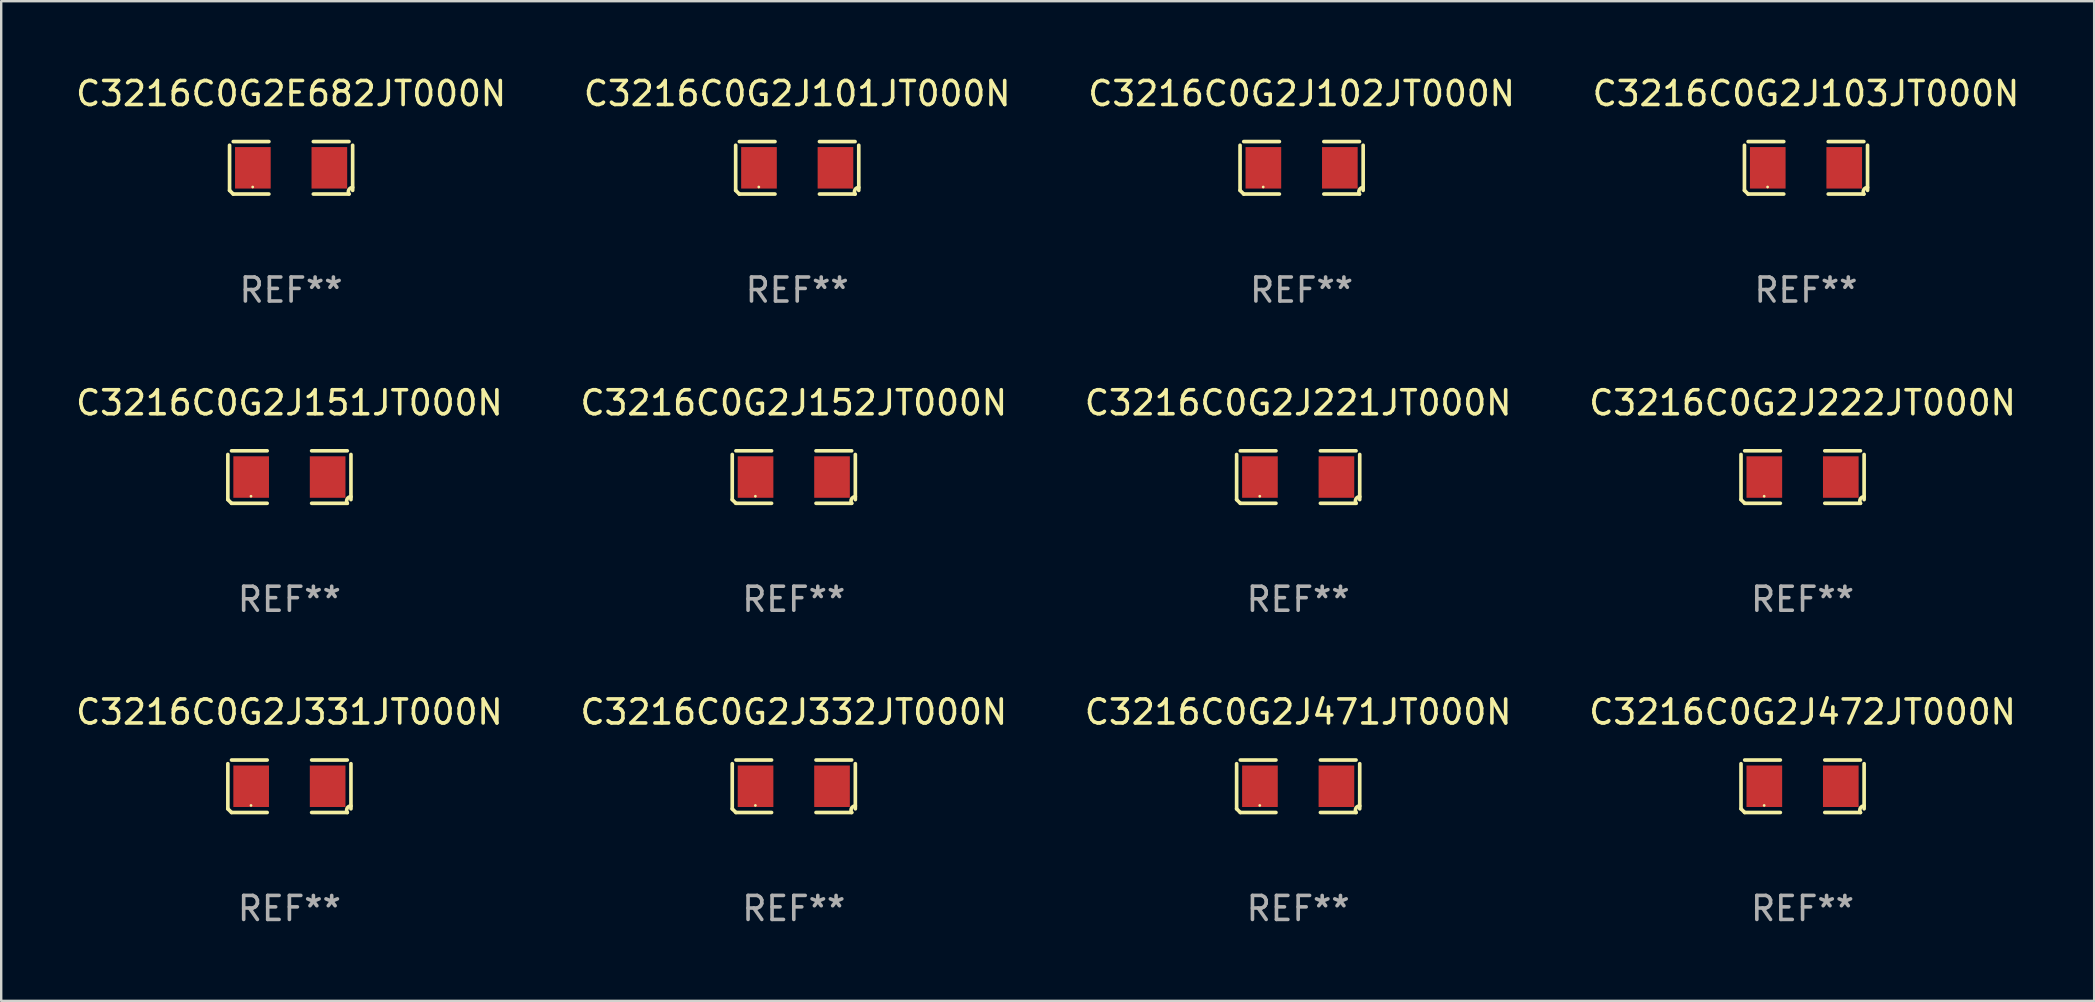
<source format=kicad_pcb>
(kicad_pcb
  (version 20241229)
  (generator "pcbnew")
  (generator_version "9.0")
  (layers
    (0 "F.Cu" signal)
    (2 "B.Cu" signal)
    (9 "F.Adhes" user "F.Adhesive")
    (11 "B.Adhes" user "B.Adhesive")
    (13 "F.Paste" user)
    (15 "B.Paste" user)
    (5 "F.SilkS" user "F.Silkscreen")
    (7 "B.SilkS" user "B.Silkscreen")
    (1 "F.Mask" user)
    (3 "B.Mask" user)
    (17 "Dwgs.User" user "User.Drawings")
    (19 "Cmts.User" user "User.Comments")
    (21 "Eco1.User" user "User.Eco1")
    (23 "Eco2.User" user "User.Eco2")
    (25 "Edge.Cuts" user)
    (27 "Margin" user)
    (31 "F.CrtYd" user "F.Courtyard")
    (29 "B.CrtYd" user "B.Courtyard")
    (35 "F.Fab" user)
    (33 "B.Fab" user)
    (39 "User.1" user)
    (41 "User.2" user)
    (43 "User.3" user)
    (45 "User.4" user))
  (footprint "C3216C0G2J472JT000N"
    (layer "F.Cu")
    (at 72.042 29.704)
    (property "Reference" "C3216C0G2J472JT000N" (at 0 -3.093 0) (layer "F.SilkS") (effects (font (size 1 1) (thickness 0.15))))
    (attr through_hole)
    (fp_line (start -2.564 0.94) (end -2.564 -0.94) (stroke (width 0.152) (type solid)) (layer "F.SilkS"))
    (fp_line (start -2.411 -1.093) (end -0.926 -1.093) (stroke (width 0.152) (type solid)) (layer "F.SilkS"))
    (fp_line (start -0.926 1.093) (end -2.411 1.093) (stroke (width 0.152) (type solid)) (layer "F.SilkS"))
    (fp_line (start 0.926 1.093) (end 2.411 1.093) (stroke (width 0.152) (type solid)) (layer "F.SilkS"))
    (fp_line (start 2.411 -1.093) (end 0.926 -1.093) (stroke (width 0.152) (type solid)) (layer "F.SilkS"))
    (fp_line (start 2.564 0.94) (end 2.564 -0.94) (stroke (width 0.152) (type solid)) (layer "F.SilkS"))
    (fp_arc (start -2.411201 1.092609) (mid -2.487413 1.01642) (end -2.563602 0.940208) (stroke (width 0.1524) (type solid)) (layer "F.SilkS"))
    (fp_arc (start 2.411201 1.092609) (mid 2.407159 0.911226) (end 2.563602 0.819347) (stroke (width 0.1524) (type solid)) (layer "F.SilkS"))
    (fp_circle (center -1.6 0.8) (end -1.57 0.8) (stroke (width 0.06) (type solid)) (fill no) (layer "F.SilkS"))
    (fp_text user "REF**" (at 0 5.093 0) (layer "F.Fab") (effects (font (size 1 1) (thickness 0.15))))
    (pad "1" smd rect (at -1.593 0) (size 1.485 1.728) (layers "F.Cu" "F.Mask" "F.Paste"))
    (pad "2" smd rect (at 1.593 0) (size 1.485 1.728) (layers "F.Cu" "F.Mask" "F.Paste")))
  (footprint "C3216C0G2J331JT000N"
    (layer "F.Cu")
    (at 9.006 29.704)
    (property "Reference" "C3216C0G2J331JT000N" (at 0 -3.093 0) (layer "F.SilkS") (effects (font (size 1 1) (thickness 0.15))))
    (attr through_hole)
    (fp_line (start -2.564 0.94) (end -2.564 -0.94) (stroke (width 0.152) (type solid)) (layer "F.SilkS"))
    (fp_line (start -2.411 -1.093) (end -0.926 -1.093) (stroke (width 0.152) (type solid)) (layer "F.SilkS"))
    (fp_line (start -0.926 1.093) (end -2.411 1.093) (stroke (width 0.152) (type solid)) (layer "F.SilkS"))
    (fp_line (start 0.926 1.093) (end 2.411 1.093) (stroke (width 0.152) (type solid)) (layer "F.SilkS"))
    (fp_line (start 2.411 -1.093) (end 0.926 -1.093) (stroke (width 0.152) (type solid)) (layer "F.SilkS"))
    (fp_line (start 2.564 0.94) (end 2.564 -0.94) (stroke (width 0.152) (type solid)) (layer "F.SilkS"))
    (fp_arc (start -2.411201 1.092609) (mid -2.487413 1.01642) (end -2.563602 0.940208) (stroke (width 0.1524) (type solid)) (layer "F.SilkS"))
    (fp_arc (start 2.411201 1.092609) (mid 2.407159 0.911226) (end 2.563602 0.819347) (stroke (width 0.1524) (type solid)) (layer "F.SilkS"))
    (fp_circle (center -1.6 0.8) (end -1.57 0.8) (stroke (width 0.06) (type solid)) (fill no) (layer "F.SilkS"))
    (fp_text user "REF**" (at 0 5.093 0) (layer "F.Fab") (effects (font (size 1 1) (thickness 0.15))))
    (pad "1" smd rect (at -1.593 0) (size 1.485 1.728) (layers "F.Cu" "F.Mask" "F.Paste"))
    (pad "2" smd rect (at 1.593 0) (size 1.485 1.728) (layers "F.Cu" "F.Mask" "F.Paste")))
  (footprint "C3216C0G2J221JT000N"
    (layer "F.Cu")
    (at 51.03 16.823)
    (property "Reference" "C3216C0G2J221JT000N" (at 0 -3.093 0) (layer "F.SilkS") (effects (font (size 1 1) (thickness 0.15))))
    (attr through_hole)
    (fp_line (start -2.564 0.94) (end -2.564 -0.94) (stroke (width 0.152) (type solid)) (layer "F.SilkS"))
    (fp_line (start -2.411 -1.093) (end -0.926 -1.093) (stroke (width 0.152) (type solid)) (layer "F.SilkS"))
    (fp_line (start -0.926 1.093) (end -2.411 1.093) (stroke (width 0.152) (type solid)) (layer "F.SilkS"))
    (fp_line (start 0.926 1.093) (end 2.411 1.093) (stroke (width 0.152) (type solid)) (layer "F.SilkS"))
    (fp_line (start 2.411 -1.093) (end 0.926 -1.093) (stroke (width 0.152) (type solid)) (layer "F.SilkS"))
    (fp_line (start 2.564 0.94) (end 2.564 -0.94) (stroke (width 0.152) (type solid)) (layer "F.SilkS"))
    (fp_arc (start -2.411201 1.092609) (mid -2.487413 1.01642) (end -2.563602 0.940208) (stroke (width 0.1524) (type solid)) (layer "F.SilkS"))
    (fp_arc (start 2.411201 1.092609) (mid 2.407159 0.911226) (end 2.563602 0.819347) (stroke (width 0.1524) (type solid)) (layer "F.SilkS"))
    (fp_circle (center -1.6 0.8) (end -1.57 0.8) (stroke (width 0.06) (type solid)) (fill no) (layer "F.SilkS"))
    (fp_text user "REF**" (at 0 5.093 0) (layer "F.Fab") (effects (font (size 1 1) (thickness 0.15))))
    (pad "1" smd rect (at -1.593 0) (size 1.485 1.728) (layers "F.Cu" "F.Mask" "F.Paste"))
    (pad "2" smd rect (at 1.593 0) (size 1.485 1.728) (layers "F.Cu" "F.Mask" "F.Paste")))
  (footprint "C3216C0G2J332JT000N"
    (layer "F.Cu")
    (at 30.018 29.704)
    (property "Reference" "C3216C0G2J332JT000N" (at 0 -3.093 0) (layer "F.SilkS") (effects (font (size 1 1) (thickness 0.15))))
    (attr through_hole)
    (fp_line (start -2.564 0.94) (end -2.564 -0.94) (stroke (width 0.152) (type solid)) (layer "F.SilkS"))
    (fp_line (start -2.411 -1.093) (end -0.926 -1.093) (stroke (width 0.152) (type solid)) (layer "F.SilkS"))
    (fp_line (start -0.926 1.093) (end -2.411 1.093) (stroke (width 0.152) (type solid)) (layer "F.SilkS"))
    (fp_line (start 0.926 1.093) (end 2.411 1.093) (stroke (width 0.152) (type solid)) (layer "F.SilkS"))
    (fp_line (start 2.411 -1.093) (end 0.926 -1.093) (stroke (width 0.152) (type solid)) (layer "F.SilkS"))
    (fp_line (start 2.564 0.94) (end 2.564 -0.94) (stroke (width 0.152) (type solid)) (layer "F.SilkS"))
    (fp_arc (start -2.411201 1.092609) (mid -2.487413 1.01642) (end -2.563602 0.940208) (stroke (width 0.1524) (type solid)) (layer "F.SilkS"))
    (fp_arc (start 2.411201 1.092609) (mid 2.407159 0.911226) (end 2.563602 0.819347) (stroke (width 0.1524) (type solid)) (layer "F.SilkS"))
    (fp_circle (center -1.6 0.8) (end -1.57 0.8) (stroke (width 0.06) (type solid)) (fill no) (layer "F.SilkS"))
    (fp_text user "REF**" (at 0 5.093 0) (layer "F.Fab") (effects (font (size 1 1) (thickness 0.15))))
    (pad "1" smd rect (at -1.593 0) (size 1.485 1.728) (layers "F.Cu" "F.Mask" "F.Paste"))
    (pad "2" smd rect (at 1.593 0) (size 1.485 1.728) (layers "F.Cu" "F.Mask" "F.Paste")))
  (footprint "C3216C0G2J222JT000N"
    (layer "F.Cu")
    (at 72.042 16.823)
    (property "Reference" "C3216C0G2J222JT000N" (at 0 -3.093 0) (layer "F.SilkS") (effects (font (size 1 1) (thickness 0.15))))
    (attr through_hole)
    (fp_line (start -2.564 0.94) (end -2.564 -0.94) (stroke (width 0.152) (type solid)) (layer "F.SilkS"))
    (fp_line (start -2.411 -1.093) (end -0.926 -1.093) (stroke (width 0.152) (type solid)) (layer "F.SilkS"))
    (fp_line (start -0.926 1.093) (end -2.411 1.093) (stroke (width 0.152) (type solid)) (layer "F.SilkS"))
    (fp_line (start 0.926 1.093) (end 2.411 1.093) (stroke (width 0.152) (type solid)) (layer "F.SilkS"))
    (fp_line (start 2.411 -1.093) (end 0.926 -1.093) (stroke (width 0.152) (type solid)) (layer "F.SilkS"))
    (fp_line (start 2.564 0.94) (end 2.564 -0.94) (stroke (width 0.152) (type solid)) (layer "F.SilkS"))
    (fp_arc (start -2.411201 1.092609) (mid -2.487413 1.01642) (end -2.563602 0.940208) (stroke (width 0.1524) (type solid)) (layer "F.SilkS"))
    (fp_arc (start 2.411201 1.092609) (mid 2.407159 0.911226) (end 2.563602 0.819347) (stroke (width 0.1524) (type solid)) (layer "F.SilkS"))
    (fp_circle (center -1.6 0.8) (end -1.57 0.8) (stroke (width 0.06) (type solid)) (fill no) (layer "F.SilkS"))
    (fp_text user "REF**" (at 0 5.093 0) (layer "F.Fab") (effects (font (size 1 1) (thickness 0.15))))
    (pad "1" smd rect (at -1.593 0) (size 1.485 1.728) (layers "F.Cu" "F.Mask" "F.Paste"))
    (pad "2" smd rect (at 1.593 0) (size 1.485 1.728) (layers "F.Cu" "F.Mask" "F.Paste")))
  (footprint "C3216C0G2J103JT000N"
    (layer "F.Cu")
    (at 72.185 3.941)
    (property "Reference" "C3216C0G2J103JT000N" (at 0 -3.093 0) (layer "F.SilkS") (effects (font (size 1 1) (thickness 0.15))))
    (attr through_hole)
    (fp_line (start -2.564 0.94) (end -2.564 -0.94) (stroke (width 0.152) (type solid)) (layer "F.SilkS"))
    (fp_line (start -2.411 -1.093) (end -0.926 -1.093) (stroke (width 0.152) (type solid)) (layer "F.SilkS"))
    (fp_line (start -0.926 1.093) (end -2.411 1.093) (stroke (width 0.152) (type solid)) (layer "F.SilkS"))
    (fp_line (start 0.926 1.093) (end 2.411 1.093) (stroke (width 0.152) (type solid)) (layer "F.SilkS"))
    (fp_line (start 2.411 -1.093) (end 0.926 -1.093) (stroke (width 0.152) (type solid)) (layer "F.SilkS"))
    (fp_line (start 2.564 0.94) (end 2.564 -0.94) (stroke (width 0.152) (type solid)) (layer "F.SilkS"))
    (fp_arc (start -2.411201 1.092609) (mid -2.487413 1.01642) (end -2.563602 0.940208) (stroke (width 0.1524) (type solid)) (layer "F.SilkS"))
    (fp_arc (start 2.411201 1.092609) (mid 2.407159 0.911226) (end 2.563602 0.819347) (stroke (width 0.1524) (type solid)) (layer "F.SilkS"))
    (fp_circle (center -1.6 0.8) (end -1.57 0.8) (stroke (width 0.06) (type solid)) (fill no) (layer "F.SilkS"))
    (fp_text user "REF**" (at 0 5.093 0) (layer "F.Fab") (effects (font (size 1 1) (thickness 0.15))))
    (pad "1" smd rect (at -1.593 0) (size 1.485 1.728) (layers "F.Cu" "F.Mask" "F.Paste"))
    (pad "2" smd rect (at 1.593 0) (size 1.485 1.728) (layers "F.Cu" "F.Mask" "F.Paste")))
  (footprint "C3216C0G2J101JT000N"
    (layer "F.Cu")
    (at 30.161 3.941)
    (property "Reference" "C3216C0G2J101JT000N" (at 0 -3.093 0) (layer "F.SilkS") (effects (font (size 1 1) (thickness 0.15))))
    (attr through_hole)
    (fp_line (start -2.564 0.94) (end -2.564 -0.94) (stroke (width 0.152) (type solid)) (layer "F.SilkS"))
    (fp_line (start -2.411 -1.093) (end -0.926 -1.093) (stroke (width 0.152) (type solid)) (layer "F.SilkS"))
    (fp_line (start -0.926 1.093) (end -2.411 1.093) (stroke (width 0.152) (type solid)) (layer "F.SilkS"))
    (fp_line (start 0.926 1.093) (end 2.411 1.093) (stroke (width 0.152) (type solid)) (layer "F.SilkS"))
    (fp_line (start 2.411 -1.093) (end 0.926 -1.093) (stroke (width 0.152) (type solid)) (layer "F.SilkS"))
    (fp_line (start 2.564 0.94) (end 2.564 -0.94) (stroke (width 0.152) (type solid)) (layer "F.SilkS"))
    (fp_arc (start -2.411201 1.092609) (mid -2.487413 1.01642) (end -2.563602 0.940208) (stroke (width 0.1524) (type solid)) (layer "F.SilkS"))
    (fp_arc (start 2.411201 1.092609) (mid 2.407159 0.911226) (end 2.563602 0.819347) (stroke (width 0.1524) (type solid)) (layer "F.SilkS"))
    (fp_circle (center -1.6 0.8) (end -1.57 0.8) (stroke (width 0.06) (type solid)) (fill no) (layer "F.SilkS"))
    (fp_text user "REF**" (at 0 5.093 0) (layer "F.Fab") (effects (font (size 1 1) (thickness 0.15))))
    (pad "1" smd rect (at -1.593 0) (size 1.485 1.728) (layers "F.Cu" "F.Mask" "F.Paste"))
    (pad "2" smd rect (at 1.593 0) (size 1.485 1.728) (layers "F.Cu" "F.Mask" "F.Paste")))
  (footprint "C3216C0G2J102JT000N"
    (layer "F.Cu")
    (at 51.173 3.941)
    (property "Reference" "C3216C0G2J102JT000N" (at 0 -3.093 0) (layer "F.SilkS") (effects (font (size 1 1) (thickness 0.15))))
    (attr through_hole)
    (fp_line (start -2.564 0.94) (end -2.564 -0.94) (stroke (width 0.152) (type solid)) (layer "F.SilkS"))
    (fp_line (start -2.411 -1.093) (end -0.926 -1.093) (stroke (width 0.152) (type solid)) (layer "F.SilkS"))
    (fp_line (start -0.926 1.093) (end -2.411 1.093) (stroke (width 0.152) (type solid)) (layer "F.SilkS"))
    (fp_line (start 0.926 1.093) (end 2.411 1.093) (stroke (width 0.152) (type solid)) (layer "F.SilkS"))
    (fp_line (start 2.411 -1.093) (end 0.926 -1.093) (stroke (width 0.152) (type solid)) (layer "F.SilkS"))
    (fp_line (start 2.564 0.94) (end 2.564 -0.94) (stroke (width 0.152) (type solid)) (layer "F.SilkS"))
    (fp_arc (start -2.411201 1.092609) (mid -2.487413 1.01642) (end -2.563602 0.940208) (stroke (width 0.1524) (type solid)) (layer "F.SilkS"))
    (fp_arc (start 2.411201 1.092609) (mid 2.407159 0.911226) (end 2.563602 0.819347) (stroke (width 0.1524) (type solid)) (layer "F.SilkS"))
    (fp_circle (center -1.6 0.8) (end -1.57 0.8) (stroke (width 0.06) (type solid)) (fill no) (layer "F.SilkS"))
    (fp_text user "REF**" (at 0 5.093 0) (layer "F.Fab") (effects (font (size 1 1) (thickness 0.15))))
    (pad "1" smd rect (at -1.593 0) (size 1.485 1.728) (layers "F.Cu" "F.Mask" "F.Paste"))
    (pad "2" smd rect (at 1.593 0) (size 1.485 1.728) (layers "F.Cu" "F.Mask" "F.Paste")))
  (footprint "C3216C0G2J471JT000N"
    (layer "F.Cu")
    (at 51.03 29.704)
    (property "Reference" "C3216C0G2J471JT000N" (at 0 -3.093 0) (layer "F.SilkS") (effects (font (size 1 1) (thickness 0.15))))
    (attr through_hole)
    (fp_line (start -2.564 0.94) (end -2.564 -0.94) (stroke (width 0.152) (type solid)) (layer "F.SilkS"))
    (fp_line (start -2.411 -1.093) (end -0.926 -1.093) (stroke (width 0.152) (type solid)) (layer "F.SilkS"))
    (fp_line (start -0.926 1.093) (end -2.411 1.093) (stroke (width 0.152) (type solid)) (layer "F.SilkS"))
    (fp_line (start 0.926 1.093) (end 2.411 1.093) (stroke (width 0.152) (type solid)) (layer "F.SilkS"))
    (fp_line (start 2.411 -1.093) (end 0.926 -1.093) (stroke (width 0.152) (type solid)) (layer "F.SilkS"))
    (fp_line (start 2.564 0.94) (end 2.564 -0.94) (stroke (width 0.152) (type solid)) (layer "F.SilkS"))
    (fp_arc (start -2.411201 1.092609) (mid -2.487413 1.01642) (end -2.563602 0.940208) (stroke (width 0.1524) (type solid)) (layer "F.SilkS"))
    (fp_arc (start 2.411201 1.092609) (mid 2.407159 0.911226) (end 2.563602 0.819347) (stroke (width 0.1524) (type solid)) (layer "F.SilkS"))
    (fp_circle (center -1.6 0.8) (end -1.57 0.8) (stroke (width 0.06) (type solid)) (fill no) (layer "F.SilkS"))
    (fp_text user "REF**" (at 0 5.093 0) (layer "F.Fab") (effects (font (size 1 1) (thickness 0.15))))
    (pad "1" smd rect (at -1.593 0) (size 1.485 1.728) (layers "F.Cu" "F.Mask" "F.Paste"))
    (pad "2" smd rect (at 1.593 0) (size 1.485 1.728) (layers "F.Cu" "F.Mask" "F.Paste")))
  (footprint "C3216C0G2E682JT000N"
    (layer "F.Cu")
    (at 9.077 3.941)
    (property "Reference" "C3216C0G2E682JT000N" (at 0 -3.093 0) (layer "F.SilkS") (effects (font (size 1 1) (thickness 0.15))))
    (attr through_hole)
    (fp_line (start -2.564 0.94) (end -2.564 -0.94) (stroke (width 0.152) (type solid)) (layer "F.SilkS"))
    (fp_line (start -2.411 -1.093) (end -0.926 -1.093) (stroke (width 0.152) (type solid)) (layer "F.SilkS"))
    (fp_line (start -0.926 1.093) (end -2.411 1.093) (stroke (width 0.152) (type solid)) (layer "F.SilkS"))
    (fp_line (start 0.926 1.093) (end 2.411 1.093) (stroke (width 0.152) (type solid)) (layer "F.SilkS"))
    (fp_line (start 2.411 -1.093) (end 0.926 -1.093) (stroke (width 0.152) (type solid)) (layer "F.SilkS"))
    (fp_line (start 2.564 0.94) (end 2.564 -0.94) (stroke (width 0.152) (type solid)) (layer "F.SilkS"))
    (fp_arc (start -2.411201 1.092609) (mid -2.487413 1.01642) (end -2.563602 0.940208) (stroke (width 0.1524) (type solid)) (layer "F.SilkS"))
    (fp_arc (start 2.411201 1.092609) (mid 2.407159 0.911226) (end 2.563602 0.819347) (stroke (width 0.1524) (type solid)) (layer "F.SilkS"))
    (fp_circle (center -1.6 0.8) (end -1.57 0.8) (stroke (width 0.06) (type solid)) (fill no) (layer "F.SilkS"))
    (fp_text user "REF**" (at 0 5.093 0) (layer "F.Fab") (effects (font (size 1 1) (thickness 0.15))))
    (pad "1" smd rect (at -1.593 0) (size 1.485 1.728) (layers "F.Cu" "F.Mask" "F.Paste"))
    (pad "2" smd rect (at 1.593 0) (size 1.485 1.728) (layers "F.Cu" "F.Mask" "F.Paste")))
  (footprint "C3216C0G2J151JT000N"
    (layer "F.Cu")
    (at 9.006 16.823)
    (property "Reference" "C3216C0G2J151JT000N" (at 0 -3.093 0) (layer "F.SilkS") (effects (font (size 1 1) (thickness 0.15))))
    (attr through_hole)
    (fp_line (start -2.564 0.94) (end -2.564 -0.94) (stroke (width 0.152) (type solid)) (layer "F.SilkS"))
    (fp_line (start -2.411 -1.093) (end -0.926 -1.093) (stroke (width 0.152) (type solid)) (layer "F.SilkS"))
    (fp_line (start -0.926 1.093) (end -2.411 1.093) (stroke (width 0.152) (type solid)) (layer "F.SilkS"))
    (fp_line (start 0.926 1.093) (end 2.411 1.093) (stroke (width 0.152) (type solid)) (layer "F.SilkS"))
    (fp_line (start 2.411 -1.093) (end 0.926 -1.093) (stroke (width 0.152) (type solid)) (layer "F.SilkS"))
    (fp_line (start 2.564 0.94) (end 2.564 -0.94) (stroke (width 0.152) (type solid)) (layer "F.SilkS"))
    (fp_arc (start -2.411201 1.092609) (mid -2.487413 1.01642) (end -2.563602 0.940208) (stroke (width 0.1524) (type solid)) (layer "F.SilkS"))
    (fp_arc (start 2.411201 1.092609) (mid 2.407159 0.911226) (end 2.563602 0.819347) (stroke (width 0.1524) (type solid)) (layer "F.SilkS"))
    (fp_circle (center -1.6 0.8) (end -1.57 0.8) (stroke (width 0.06) (type solid)) (fill no) (layer "F.SilkS"))
    (fp_text user "REF**" (at 0 5.093 0) (layer "F.Fab") (effects (font (size 1 1) (thickness 0.15))))
    (pad "1" smd rect (at -1.593 0) (size 1.485 1.728) (layers "F.Cu" "F.Mask" "F.Paste"))
    (pad "2" smd rect (at 1.593 0) (size 1.485 1.728) (layers "F.Cu" "F.Mask" "F.Paste")))
  (footprint "C3216C0G2J152JT000N"
    (layer "F.Cu")
    (at 30.018 16.823)
    (property "Reference" "C3216C0G2J152JT000N" (at 0 -3.093 0) (layer "F.SilkS") (effects (font (size 1 1) (thickness 0.15))))
    (attr through_hole)
    (fp_line (start -2.564 0.94) (end -2.564 -0.94) (stroke (width 0.152) (type solid)) (layer "F.SilkS"))
    (fp_line (start -2.411 -1.093) (end -0.926 -1.093) (stroke (width 0.152) (type solid)) (layer "F.SilkS"))
    (fp_line (start -0.926 1.093) (end -2.411 1.093) (stroke (width 0.152) (type solid)) (layer "F.SilkS"))
    (fp_line (start 0.926 1.093) (end 2.411 1.093) (stroke (width 0.152) (type solid)) (layer "F.SilkS"))
    (fp_line (start 2.411 -1.093) (end 0.926 -1.093) (stroke (width 0.152) (type solid)) (layer "F.SilkS"))
    (fp_line (start 2.564 0.94) (end 2.564 -0.94) (stroke (width 0.152) (type solid)) (layer "F.SilkS"))
    (fp_arc (start -2.411201 1.092609) (mid -2.487413 1.01642) (end -2.563602 0.940208) (stroke (width 0.1524) (type solid)) (layer "F.SilkS"))
    (fp_arc (start 2.411201 1.092609) (mid 2.407159 0.911226) (end 2.563602 0.819347) (stroke (width 0.1524) (type solid)) (layer "F.SilkS"))
    (fp_circle (center -1.6 0.8) (end -1.57 0.8) (stroke (width 0.06) (type solid)) (fill no) (layer "F.SilkS"))
    (fp_text user "REF**" (at 0 5.093 0) (layer "F.Fab") (effects (font (size 1 1) (thickness 0.15))))
    (pad "1" smd rect (at -1.593 0) (size 1.485 1.728) (layers "F.Cu" "F.Mask" "F.Paste"))
    (pad "2" smd rect (at 1.593 0) (size 1.485 1.728) (layers "F.Cu" "F.Mask" "F.Paste")))
  (gr_rect
    (start -3 -3)
    (end 84.19 38.645)
    (stroke (width 0.1) (type default))
    (fill no)
    (layer "Edge.Cuts")))
</source>
